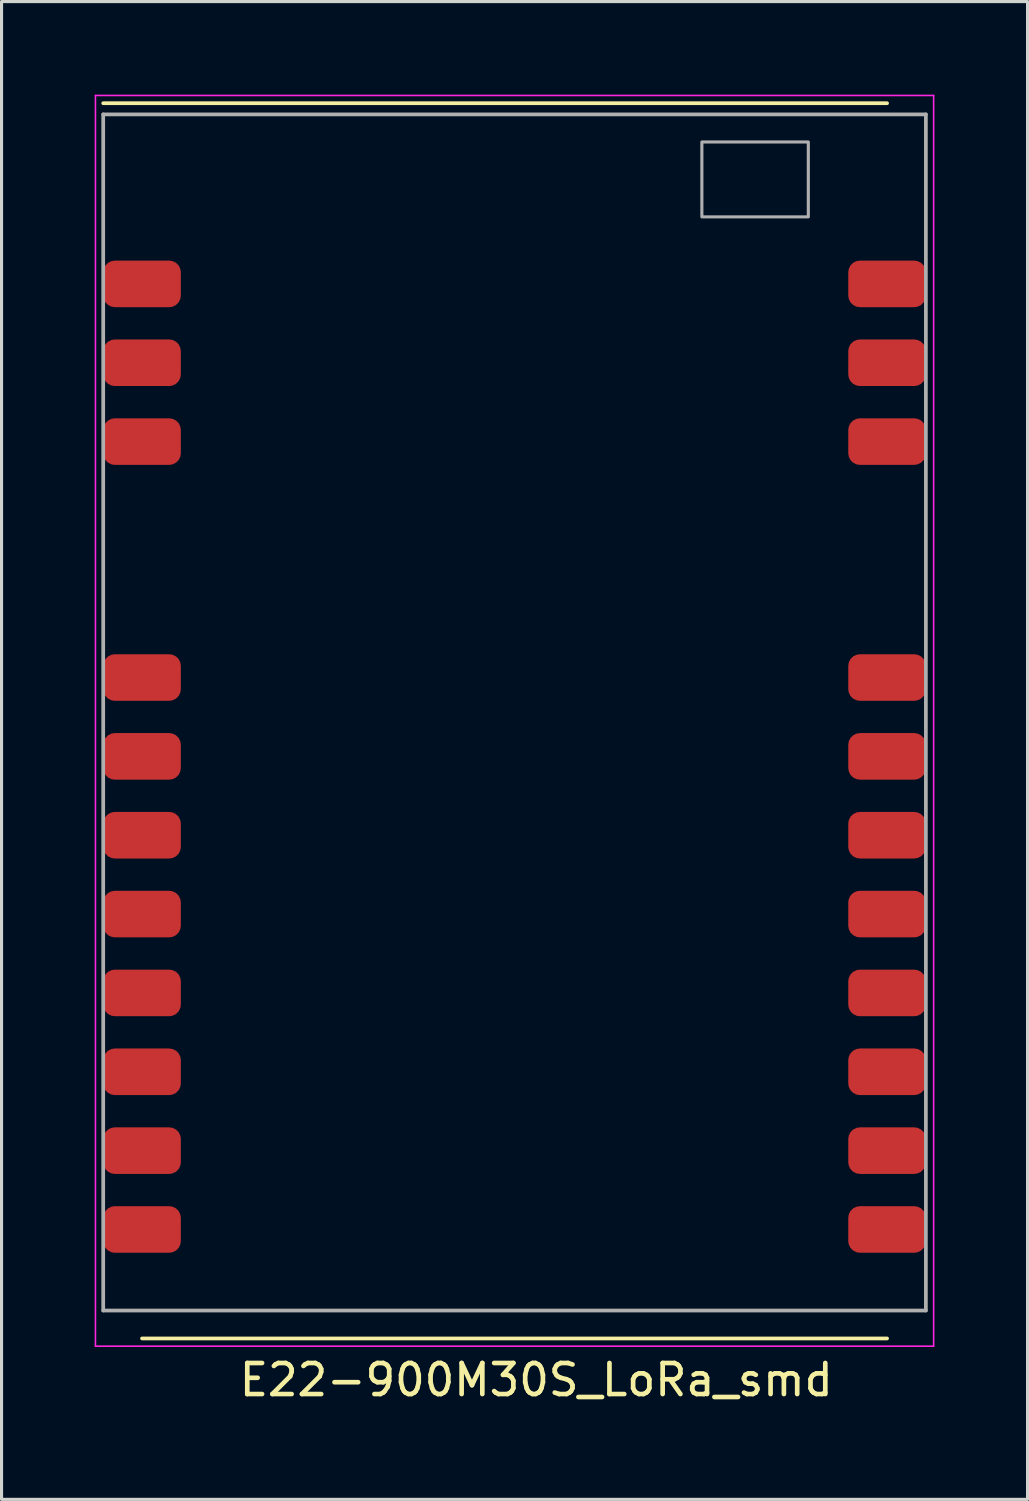
<source format=kicad_pcb>
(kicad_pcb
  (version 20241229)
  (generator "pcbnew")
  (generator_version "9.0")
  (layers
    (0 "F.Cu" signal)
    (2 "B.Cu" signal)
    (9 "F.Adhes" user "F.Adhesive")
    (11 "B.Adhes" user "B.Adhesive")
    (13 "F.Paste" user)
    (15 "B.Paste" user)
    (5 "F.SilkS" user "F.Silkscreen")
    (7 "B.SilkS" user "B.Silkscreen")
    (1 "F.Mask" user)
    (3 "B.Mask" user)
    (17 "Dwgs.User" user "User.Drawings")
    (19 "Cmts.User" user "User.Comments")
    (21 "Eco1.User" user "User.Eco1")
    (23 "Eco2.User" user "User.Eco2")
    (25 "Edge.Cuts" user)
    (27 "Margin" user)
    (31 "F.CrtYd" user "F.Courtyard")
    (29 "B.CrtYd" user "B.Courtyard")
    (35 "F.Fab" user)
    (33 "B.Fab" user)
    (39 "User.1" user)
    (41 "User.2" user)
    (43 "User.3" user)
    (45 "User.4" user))
  (footprint "E22-900M30S_LoRa_smd"
    (layer "F.Cu")
    (at 1.525 6.095)
    (property "Reference" "E22-900M30S_LoRa_smd" (at 12.7 35.306 0) (layer "F.SilkS") (effects (font (size 1 1) (thickness 0.15))))
    (attr smd)
    (fp_line (start 0 33.97) (end 24 33.97) (stroke (width 0.12) (type solid)) (layer "F.SilkS"))
    (fp_line (start 24 -5.82) (end -1.25 -5.82) (stroke (width 0.12) (type solid)) (layer "F.SilkS"))
    (fp_line (start -1.5 -6.07) (end -1.5 34.22) (stroke (width 0.05) (type solid)) (layer "F.CrtYd"))
    (fp_line (start -1.5 34.22) (end 25.5 34.22) (stroke (width 0.05) (type solid)) (layer "F.CrtYd"))
    (fp_line (start 25.5 -6.07) (end -1.5 -6.07) (stroke (width 0.05) (type solid)) (layer "F.CrtYd"))
    (fp_line (start 25.5 34.22) (end 25.5 -6.07) (stroke (width 0.05) (type solid)) (layer "F.CrtYd"))
    (fp_line (start -1.25 33.07) (end -1.25 -5.46) (stroke (width 0.12) (type solid)) (layer "F.Fab"))
    (fp_line (start -1.25 33.07) (end 25.25 33.07) (stroke (width 0.12) (type solid)) (layer "F.Fab"))
    (fp_line (start 25.25 -5.46) (end -1.25 -5.46) (stroke (width 0.12) (type solid)) (layer "F.Fab"))
    (fp_line (start 25.25 33.07) (end 25.25 -5.46) (stroke (width 0.12) (type solid)) (layer "F.Fab"))
    (fp_poly (pts (xy 21.463 -2.159) (xy 18.034 -2.159) (xy 18.034 -4.572) (xy 21.463 -4.572)) (stroke (width 0.1) (type solid)) (fill no) (layer "F.Fab"))
    (pad "1" smd roundrect (at 0 0) (size 2.5 1.5) (layers "F.Cu" "F.Mask" "F.Paste") (roundrect_rratio 0.25))
    (pad "1" smd roundrect (at 24 0) (size 2.5 1.5) (layers "F.Cu" "F.Mask" "F.Paste") (roundrect_rratio 0.25))
    (pad "2" smd roundrect (at 0 2.54) (size 2.5 1.5) (layers "F.Cu" "F.Mask" "F.Paste") (roundrect_rratio 0.25))
    (pad "2" smd roundrect (at 24 2.54) (size 2.5 1.5) (layers "F.Cu" "F.Mask" "F.Paste") (roundrect_rratio 0.25))
    (pad "3" smd roundrect (at 0 5.08) (size 2.5 1.5) (layers "F.Cu" "F.Mask" "F.Paste") (roundrect_rratio 0.25))
    (pad "3" smd roundrect (at 24 5.08) (size 2.5 1.5) (layers "F.Cu" "F.Mask" "F.Paste") (roundrect_rratio 0.25))
    (pad "4" smd roundrect (at 0 12.68) (size 2.5 1.5) (layers "F.Cu" "F.Mask" "F.Paste") (roundrect_rratio 0.25))
    (pad "4" smd roundrect (at 24 12.68) (size 2.5 1.5) (layers "F.Cu" "F.Mask" "F.Paste") (roundrect_rratio 0.25))
    (pad "5" smd roundrect (at 0 15.22) (size 2.5 1.5) (layers "F.Cu" "F.Mask" "F.Paste") (roundrect_rratio 0.25))
    (pad "5" smd roundrect (at 24 15.22) (size 2.5 1.5) (layers "F.Cu" "F.Mask" "F.Paste") (roundrect_rratio 0.25))
    (pad "6" smd roundrect (at 0 17.76) (size 2.5 1.5) (layers "F.Cu" "F.Mask" "F.Paste") (roundrect_rratio 0.25))
    (pad "6" smd roundrect (at 24 17.76) (size 2.5 1.5) (layers "F.Cu" "F.Mask" "F.Paste") (roundrect_rratio 0.25))
    (pad "7" smd roundrect (at 0 20.3) (size 2.5 1.5) (layers "F.Cu" "F.Mask" "F.Paste") (roundrect_rratio 0.25))
    (pad "7" smd roundrect (at 24 20.3) (size 2.5 1.5) (layers "F.Cu" "F.Mask" "F.Paste") (roundrect_rratio 0.25))
    (pad "8" smd roundrect (at 0 22.84) (size 2.5 1.5) (layers "F.Cu" "F.Mask" "F.Paste") (roundrect_rratio 0.25))
    (pad "8" smd roundrect (at 24 22.84) (size 2.5 1.5) (layers "F.Cu" "F.Mask" "F.Paste") (roundrect_rratio 0.25))
    (pad "9" smd roundrect (at 0 25.38) (size 2.5 1.5) (layers "F.Cu" "F.Mask" "F.Paste") (roundrect_rratio 0.25))
    (pad "9" smd roundrect (at 24 25.38) (size 2.5 1.5) (layers "F.Cu" "F.Mask" "F.Paste") (roundrect_rratio 0.25))
    (pad "10" smd roundrect (at 0 27.92) (size 2.5 1.5) (layers "F.Cu" "F.Mask" "F.Paste") (roundrect_rratio 0.25))
    (pad "10" smd roundrect (at 24 27.92) (size 2.5 1.5) (layers "F.Cu" "F.Mask" "F.Paste") (roundrect_rratio 0.25))
    (pad "11" smd roundrect (at 0 30.46) (size 2.5 1.5) (layers "F.Cu" "F.Mask" "F.Paste") (roundrect_rratio 0.25))
    (pad "11" smd roundrect (at 24 30.46) (size 2.5 1.5) (layers "F.Cu" "F.Mask" "F.Paste") (roundrect_rratio 0.25)))
  (gr_rect
    (start -3 -3)
    (end 30.05 45.249)
    (stroke (width 0.1) (type default))
    (fill no)
    (layer "Edge.Cuts")))
</source>
